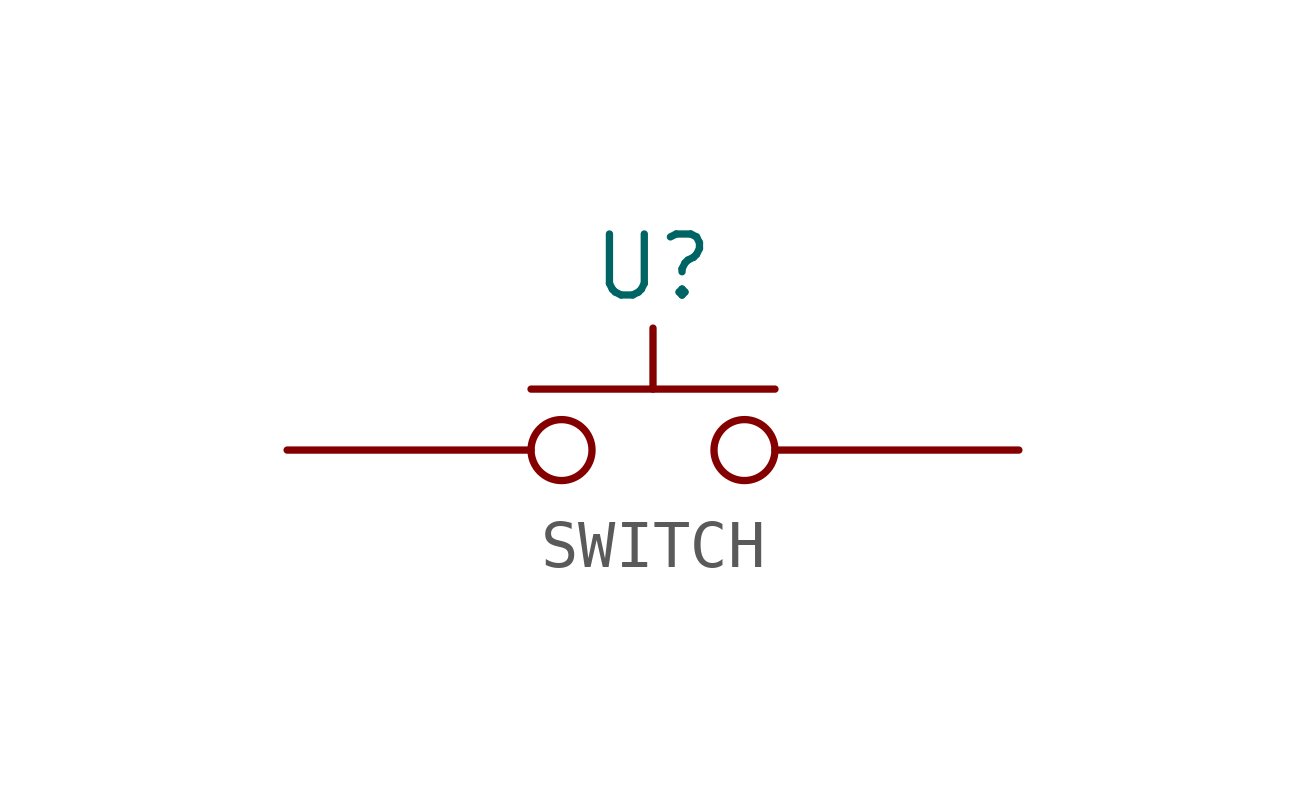
<source format=kicad_sym>
(kicad_symbol_lib
  (version 20241209)
  (generator "kicad_symbol_editor")
  (generator_version "9.0")
  (symbol "SWITCH"
    (pin_numbers
      (hide yes))
    (pin_names
      (offset 0)
      (hide yes))
    (property "Reference" "U"
      (at 0 0 0)
      (effects (font (size 1.27 1.27))))
    (property "Value" ""
      (at 0 0 0)
      (effects (font (size 1.27 1.27))))
    (symbol "SWITCH_0_1"
      (polyline (pts (xy -2.54 -2.54) (xy 2.54 -2.54)) (stroke (width 0) (type default)) (fill (type none)))
      (circle (center -1.905 -3.81) (radius 0.635) (stroke (width 0) (type default)) (fill (type none)))
      (polyline (pts (xy 0 -2.54) (xy 0 -1.27)) (stroke (width 0) (type default)) (fill (type none)))
      (circle (center 1.905 -3.81) (radius 0.635) (stroke (width 0) (type default)) (fill (type none))))
    (symbol "SWITCH_1_0"
      (pin bidirectional line (at -7.62 -3.81 0) (length 5.08) (name "1" (effects (font (size 1.27 1.27)))) (number "1" (effects (font (size 1.27 1.27)))))
      (pin bidirectional line (at 7.62 -3.81 180) (length 5.08) (name "2" (effects (font (size 1.27 1.27)))) (number "2" (effects (font (size 1.27 1.27))))))))
</source>
